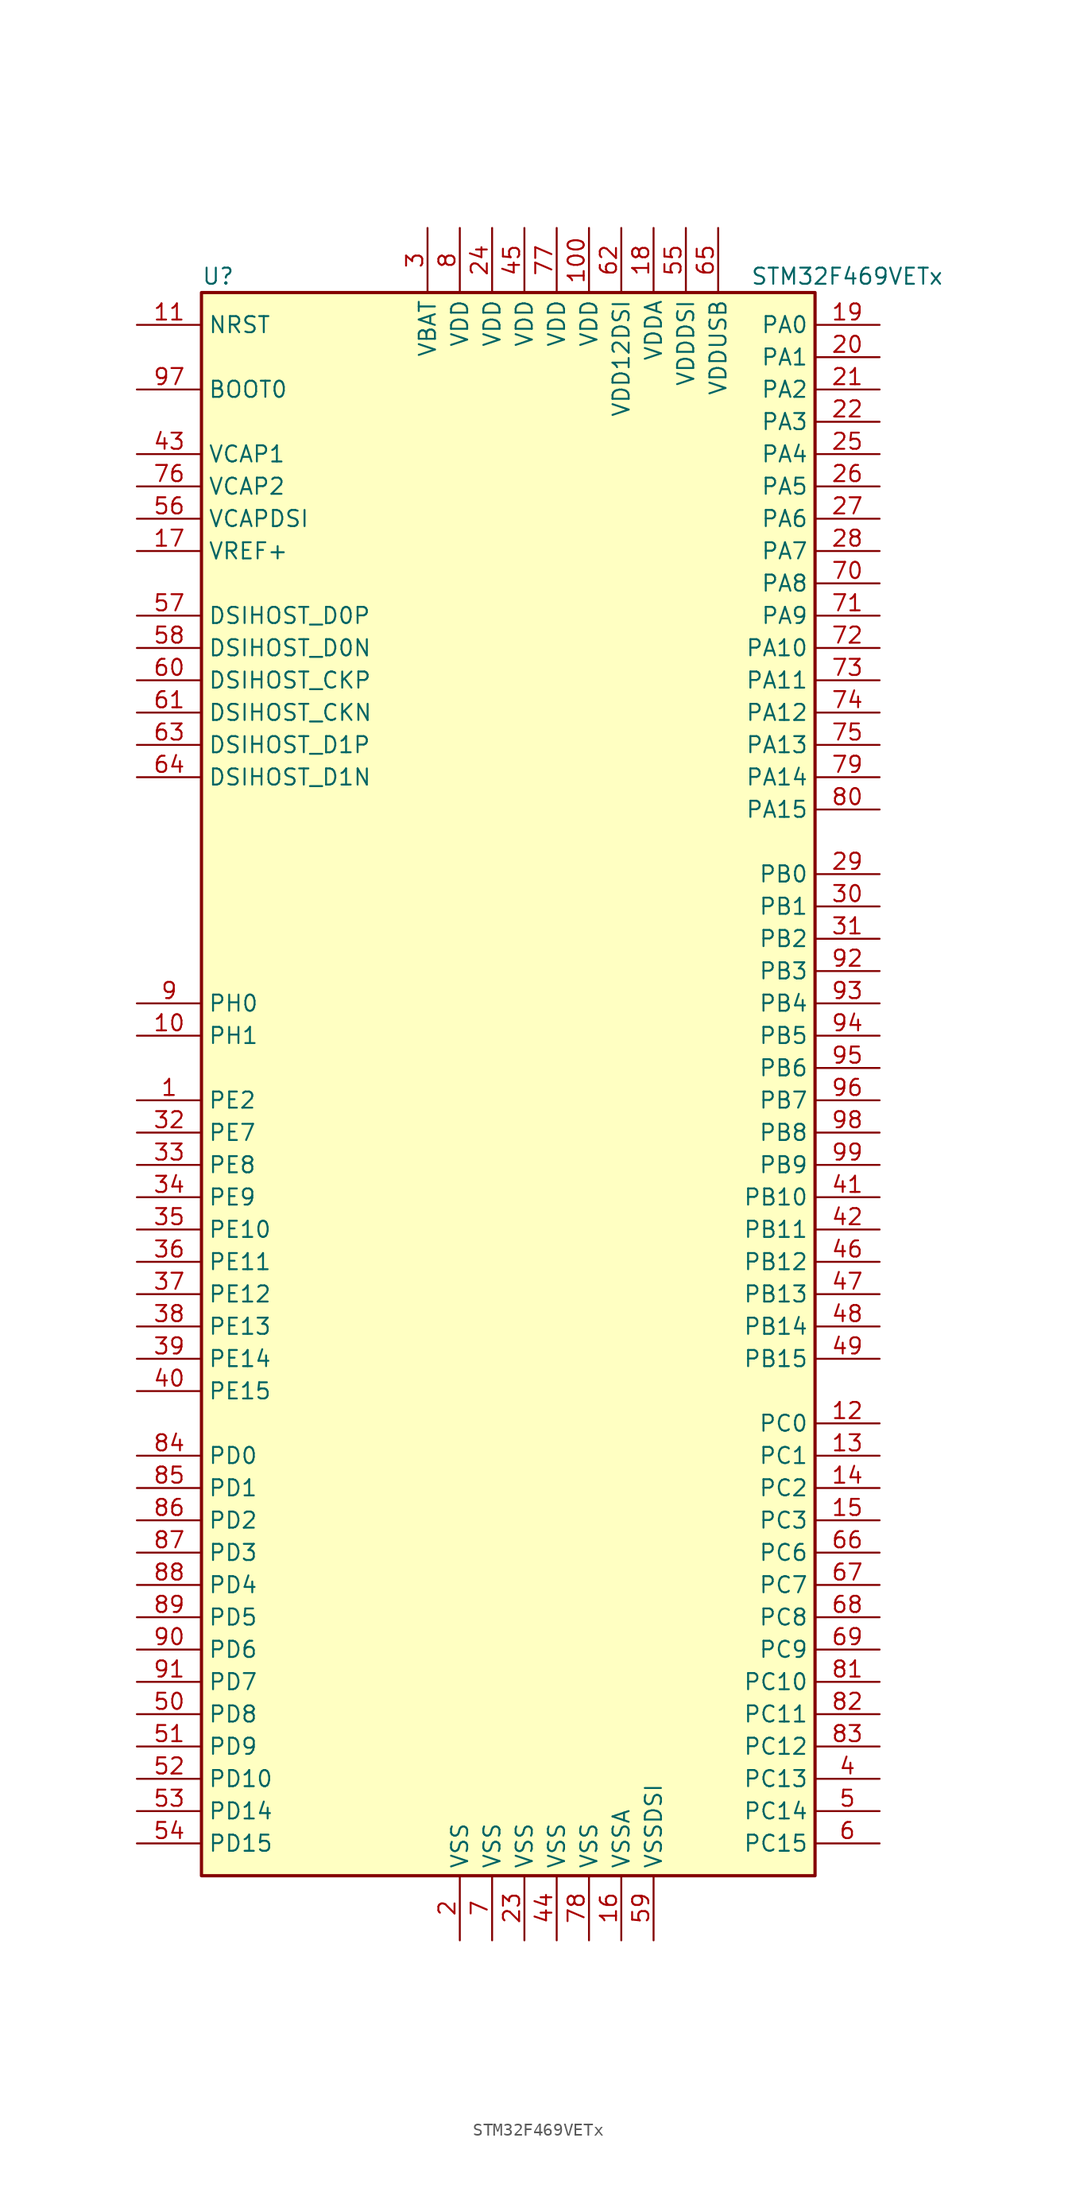
<source format=kicad_sym>
(kicad_symbol_lib
  (version 20201005)
  (generator kicad_symbol_editor)
  (symbol "MCU_ST_STM32F4:STM32F469VETx"
    (property "Reference" "U"
      (at -25.4 62.23 0)
      (effects (font (size 1.27 1.27)) (justify left)))
    (property "Value" "STM32F469VETx"
      (at 17.78 62.23 0)
      (effects (font (size 1.27 1.27)) (justify left)))
    (symbol "STM32F469VETx_0_1"
      (rectangle (start -25.4 -63.5) (end 22.86 60.96) (stroke (width 0.254)) (fill (type background))))
    (symbol "STM32F469VETx_1_1"
      (pin input line (at -30.48 53.34 0) (length 5.08) (name "BOOT0" (effects (font (size 1.27 1.27)))) (number "97" (effects (font (size 1.27 1.27)))))
      (pin bidirectional line (at -30.48 27.94 0) (length 5.08) (name "DSIHOST_CKN" (effects (font (size 1.27 1.27)))) (number "61" (effects (font (size 1.27 1.27)))))
      (pin bidirectional line (at -30.48 30.48 0) (length 5.08) (name "DSIHOST_CKP" (effects (font (size 1.27 1.27)))) (number "60" (effects (font (size 1.27 1.27)))))
      (pin bidirectional line (at -30.48 33.02 0) (length 5.08) (name "DSIHOST_D0N" (effects (font (size 1.27 1.27)))) (number "58" (effects (font (size 1.27 1.27)))))
      (pin bidirectional line (at -30.48 35.56 0) (length 5.08) (name "DSIHOST_D0P" (effects (font (size 1.27 1.27)))) (number "57" (effects (font (size 1.27 1.27)))))
      (pin bidirectional line (at -30.48 22.86 0) (length 5.08) (name "DSIHOST_D1N" (effects (font (size 1.27 1.27)))) (number "64" (effects (font (size 1.27 1.27)))))
      (pin bidirectional line (at -30.48 25.4 0) (length 5.08) (name "DSIHOST_D1P" (effects (font (size 1.27 1.27)))) (number "63" (effects (font (size 1.27 1.27)))))
      (pin input line (at -30.48 58.42 0) (length 5.08) (name "NRST" (effects (font (size 1.27 1.27)))) (number "11" (effects (font (size 1.27 1.27)))))
      (pin bidirectional line (at 27.94 58.42 180) (length 5.08) (name "PA0" (effects (font (size 1.27 1.27)))) (number "19" (effects (font (size 1.27 1.27)))))
      (pin bidirectional line (at 27.94 55.88 180) (length 5.08) (name "PA1" (effects (font (size 1.27 1.27)))) (number "20" (effects (font (size 1.27 1.27)))))
      (pin bidirectional line (at 27.94 33.02 180) (length 5.08) (name "PA10" (effects (font (size 1.27 1.27)))) (number "72" (effects (font (size 1.27 1.27)))))
      (pin bidirectional line (at 27.94 30.48 180) (length 5.08) (name "PA11" (effects (font (size 1.27 1.27)))) (number "73" (effects (font (size 1.27 1.27)))))
      (pin bidirectional line (at 27.94 27.94 180) (length 5.08) (name "PA12" (effects (font (size 1.27 1.27)))) (number "74" (effects (font (size 1.27 1.27)))))
      (pin bidirectional line (at 27.94 25.4 180) (length 5.08) (name "PA13" (effects (font (size 1.27 1.27)))) (number "75" (effects (font (size 1.27 1.27)))))
      (pin bidirectional line (at 27.94 22.86 180) (length 5.08) (name "PA14" (effects (font (size 1.27 1.27)))) (number "79" (effects (font (size 1.27 1.27)))))
      (pin bidirectional line (at 27.94 20.32 180) (length 5.08) (name "PA15" (effects (font (size 1.27 1.27)))) (number "80" (effects (font (size 1.27 1.27)))))
      (pin bidirectional line (at 27.94 53.34 180) (length 5.08) (name "PA2" (effects (font (size 1.27 1.27)))) (number "21" (effects (font (size 1.27 1.27)))))
      (pin bidirectional line (at 27.94 50.8 180) (length 5.08) (name "PA3" (effects (font (size 1.27 1.27)))) (number "22" (effects (font (size 1.27 1.27)))))
      (pin bidirectional line (at 27.94 48.26 180) (length 5.08) (name "PA4" (effects (font (size 1.27 1.27)))) (number "25" (effects (font (size 1.27 1.27)))))
      (pin bidirectional line (at 27.94 45.72 180) (length 5.08) (name "PA5" (effects (font (size 1.27 1.27)))) (number "26" (effects (font (size 1.27 1.27)))))
      (pin bidirectional line (at 27.94 43.18 180) (length 5.08) (name "PA6" (effects (font (size 1.27 1.27)))) (number "27" (effects (font (size 1.27 1.27)))))
      (pin bidirectional line (at 27.94 40.64 180) (length 5.08) (name "PA7" (effects (font (size 1.27 1.27)))) (number "28" (effects (font (size 1.27 1.27)))))
      (pin bidirectional line (at 27.94 38.1 180) (length 5.08) (name "PA8" (effects (font (size 1.27 1.27)))) (number "70" (effects (font (size 1.27 1.27)))))
      (pin bidirectional line (at 27.94 35.56 180) (length 5.08) (name "PA9" (effects (font (size 1.27 1.27)))) (number "71" (effects (font (size 1.27 1.27)))))
      (pin bidirectional line (at 27.94 15.24 180) (length 5.08) (name "PB0" (effects (font (size 1.27 1.27)))) (number "29" (effects (font (size 1.27 1.27)))))
      (pin bidirectional line (at 27.94 12.7 180) (length 5.08) (name "PB1" (effects (font (size 1.27 1.27)))) (number "30" (effects (font (size 1.27 1.27)))))
      (pin bidirectional line (at 27.94 -10.16 180) (length 5.08) (name "PB10" (effects (font (size 1.27 1.27)))) (number "41" (effects (font (size 1.27 1.27)))))
      (pin bidirectional line (at 27.94 -12.7 180) (length 5.08) (name "PB11" (effects (font (size 1.27 1.27)))) (number "42" (effects (font (size 1.27 1.27)))))
      (pin bidirectional line (at 27.94 -15.24 180) (length 5.08) (name "PB12" (effects (font (size 1.27 1.27)))) (number "46" (effects (font (size 1.27 1.27)))))
      (pin bidirectional line (at 27.94 -17.78 180) (length 5.08) (name "PB13" (effects (font (size 1.27 1.27)))) (number "47" (effects (font (size 1.27 1.27)))))
      (pin bidirectional line (at 27.94 -20.32 180) (length 5.08) (name "PB14" (effects (font (size 1.27 1.27)))) (number "48" (effects (font (size 1.27 1.27)))))
      (pin bidirectional line (at 27.94 -22.86 180) (length 5.08) (name "PB15" (effects (font (size 1.27 1.27)))) (number "49" (effects (font (size 1.27 1.27)))))
      (pin bidirectional line (at 27.94 10.16 180) (length 5.08) (name "PB2" (effects (font (size 1.27 1.27)))) (number "31" (effects (font (size 1.27 1.27)))))
      (pin bidirectional line (at 27.94 7.62 180) (length 5.08) (name "PB3" (effects (font (size 1.27 1.27)))) (number "92" (effects (font (size 1.27 1.27)))))
      (pin bidirectional line (at 27.94 5.08 180) (length 5.08) (name "PB4" (effects (font (size 1.27 1.27)))) (number "93" (effects (font (size 1.27 1.27)))))
      (pin bidirectional line (at 27.94 2.54 180) (length 5.08) (name "PB5" (effects (font (size 1.27 1.27)))) (number "94" (effects (font (size 1.27 1.27)))))
      (pin bidirectional line (at 27.94 0 180) (length 5.08) (name "PB6" (effects (font (size 1.27 1.27)))) (number "95" (effects (font (size 1.27 1.27)))))
      (pin bidirectional line (at 27.94 -2.54 180) (length 5.08) (name "PB7" (effects (font (size 1.27 1.27)))) (number "96" (effects (font (size 1.27 1.27)))))
      (pin bidirectional line (at 27.94 -5.08 180) (length 5.08) (name "PB8" (effects (font (size 1.27 1.27)))) (number "98" (effects (font (size 1.27 1.27)))))
      (pin bidirectional line (at 27.94 -7.62 180) (length 5.08) (name "PB9" (effects (font (size 1.27 1.27)))) (number "99" (effects (font (size 1.27 1.27)))))
      (pin bidirectional line (at 27.94 -27.94 180) (length 5.08) (name "PC0" (effects (font (size 1.27 1.27)))) (number "12" (effects (font (size 1.27 1.27)))))
      (pin bidirectional line (at 27.94 -30.48 180) (length 5.08) (name "PC1" (effects (font (size 1.27 1.27)))) (number "13" (effects (font (size 1.27 1.27)))))
      (pin bidirectional line (at 27.94 -48.26 180) (length 5.08) (name "PC10" (effects (font (size 1.27 1.27)))) (number "81" (effects (font (size 1.27 1.27)))))
      (pin bidirectional line (at 27.94 -50.8 180) (length 5.08) (name "PC11" (effects (font (size 1.27 1.27)))) (number "82" (effects (font (size 1.27 1.27)))))
      (pin bidirectional line (at 27.94 -53.34 180) (length 5.08) (name "PC12" (effects (font (size 1.27 1.27)))) (number "83" (effects (font (size 1.27 1.27)))))
      (pin bidirectional line (at 27.94 -55.88 180) (length 5.08) (name "PC13" (effects (font (size 1.27 1.27)))) (number "4" (effects (font (size 1.27 1.27)))))
      (pin bidirectional line (at 27.94 -58.42 180) (length 5.08) (name "PC14" (effects (font (size 1.27 1.27)))) (number "5" (effects (font (size 1.27 1.27)))))
      (pin bidirectional line (at 27.94 -60.96 180) (length 5.08) (name "PC15" (effects (font (size 1.27 1.27)))) (number "6" (effects (font (size 1.27 1.27)))))
      (pin bidirectional line (at 27.94 -33.02 180) (length 5.08) (name "PC2" (effects (font (size 1.27 1.27)))) (number "14" (effects (font (size 1.27 1.27)))))
      (pin bidirectional line (at 27.94 -35.56 180) (length 5.08) (name "PC3" (effects (font (size 1.27 1.27)))) (number "15" (effects (font (size 1.27 1.27)))))
      (pin bidirectional line (at 27.94 -38.1 180) (length 5.08) (name "PC6" (effects (font (size 1.27 1.27)))) (number "66" (effects (font (size 1.27 1.27)))))
      (pin bidirectional line (at 27.94 -40.64 180) (length 5.08) (name "PC7" (effects (font (size 1.27 1.27)))) (number "67" (effects (font (size 1.27 1.27)))))
      (pin bidirectional line (at 27.94 -43.18 180) (length 5.08) (name "PC8" (effects (font (size 1.27 1.27)))) (number "68" (effects (font (size 1.27 1.27)))))
      (pin bidirectional line (at 27.94 -45.72 180) (length 5.08) (name "PC9" (effects (font (size 1.27 1.27)))) (number "69" (effects (font (size 1.27 1.27)))))
      (pin bidirectional line (at -30.48 -30.48 0) (length 5.08) (name "PD0" (effects (font (size 1.27 1.27)))) (number "84" (effects (font (size 1.27 1.27)))))
      (pin bidirectional line (at -30.48 -33.02 0) (length 5.08) (name "PD1" (effects (font (size 1.27 1.27)))) (number "85" (effects (font (size 1.27 1.27)))))
      (pin bidirectional line (at -30.48 -55.88 0) (length 5.08) (name "PD10" (effects (font (size 1.27 1.27)))) (number "52" (effects (font (size 1.27 1.27)))))
      (pin bidirectional line (at -30.48 -58.42 0) (length 5.08) (name "PD14" (effects (font (size 1.27 1.27)))) (number "53" (effects (font (size 1.27 1.27)))))
      (pin bidirectional line (at -30.48 -60.96 0) (length 5.08) (name "PD15" (effects (font (size 1.27 1.27)))) (number "54" (effects (font (size 1.27 1.27)))))
      (pin bidirectional line (at -30.48 -35.56 0) (length 5.08) (name "PD2" (effects (font (size 1.27 1.27)))) (number "86" (effects (font (size 1.27 1.27)))))
      (pin bidirectional line (at -30.48 -38.1 0) (length 5.08) (name "PD3" (effects (font (size 1.27 1.27)))) (number "87" (effects (font (size 1.27 1.27)))))
      (pin bidirectional line (at -30.48 -40.64 0) (length 5.08) (name "PD4" (effects (font (size 1.27 1.27)))) (number "88" (effects (font (size 1.27 1.27)))))
      (pin bidirectional line (at -30.48 -43.18 0) (length 5.08) (name "PD5" (effects (font (size 1.27 1.27)))) (number "89" (effects (font (size 1.27 1.27)))))
      (pin bidirectional line (at -30.48 -45.72 0) (length 5.08) (name "PD6" (effects (font (size 1.27 1.27)))) (number "90" (effects (font (size 1.27 1.27)))))
      (pin bidirectional line (at -30.48 -48.26 0) (length 5.08) (name "PD7" (effects (font (size 1.27 1.27)))) (number "91" (effects (font (size 1.27 1.27)))))
      (pin bidirectional line (at -30.48 -50.8 0) (length 5.08) (name "PD8" (effects (font (size 1.27 1.27)))) (number "50" (effects (font (size 1.27 1.27)))))
      (pin bidirectional line (at -30.48 -53.34 0) (length 5.08) (name "PD9" (effects (font (size 1.27 1.27)))) (number "51" (effects (font (size 1.27 1.27)))))
      (pin bidirectional line (at -30.48 -12.7 0) (length 5.08) (name "PE10" (effects (font (size 1.27 1.27)))) (number "35" (effects (font (size 1.27 1.27)))))
      (pin bidirectional line (at -30.48 -15.24 0) (length 5.08) (name "PE11" (effects (font (size 1.27 1.27)))) (number "36" (effects (font (size 1.27 1.27)))))
      (pin bidirectional line (at -30.48 -17.78 0) (length 5.08) (name "PE12" (effects (font (size 1.27 1.27)))) (number "37" (effects (font (size 1.27 1.27)))))
      (pin bidirectional line (at -30.48 -20.32 0) (length 5.08) (name "PE13" (effects (font (size 1.27 1.27)))) (number "38" (effects (font (size 1.27 1.27)))))
      (pin bidirectional line (at -30.48 -22.86 0) (length 5.08) (name "PE14" (effects (font (size 1.27 1.27)))) (number "39" (effects (font (size 1.27 1.27)))))
      (pin bidirectional line (at -30.48 -25.4 0) (length 5.08) (name "PE15" (effects (font (size 1.27 1.27)))) (number "40" (effects (font (size 1.27 1.27)))))
      (pin bidirectional line (at -30.48 -2.54 0) (length 5.08) (name "PE2" (effects (font (size 1.27 1.27)))) (number "1" (effects (font (size 1.27 1.27)))))
      (pin bidirectional line (at -30.48 -5.08 0) (length 5.08) (name "PE7" (effects (font (size 1.27 1.27)))) (number "32" (effects (font (size 1.27 1.27)))))
      (pin bidirectional line (at -30.48 -7.62 0) (length 5.08) (name "PE8" (effects (font (size 1.27 1.27)))) (number "33" (effects (font (size 1.27 1.27)))))
      (pin bidirectional line (at -30.48 -10.16 0) (length 5.08) (name "PE9" (effects (font (size 1.27 1.27)))) (number "34" (effects (font (size 1.27 1.27)))))
      (pin input line (at -30.48 5.08 0) (length 5.08) (name "PH0" (effects (font (size 1.27 1.27)))) (number "9" (effects (font (size 1.27 1.27)))))
      (pin input line (at -30.48 2.54 0) (length 5.08) (name "PH1" (effects (font (size 1.27 1.27)))) (number "10" (effects (font (size 1.27 1.27)))))
      (pin power_in line (at -7.62 66.04 270) (length 5.08) (name "VBAT" (effects (font (size 1.27 1.27)))) (number "3" (effects (font (size 1.27 1.27)))))
      (pin power_in line (at -30.48 48.26 0) (length 5.08) (name "VCAP1" (effects (font (size 1.27 1.27)))) (number "43" (effects (font (size 1.27 1.27)))))
      (pin power_in line (at -30.48 45.72 0) (length 5.08) (name "VCAP2" (effects (font (size 1.27 1.27)))) (number "76" (effects (font (size 1.27 1.27)))))
      (pin power_in line (at -30.48 43.18 0) (length 5.08) (name "VCAPDSI" (effects (font (size 1.27 1.27)))) (number "56" (effects (font (size 1.27 1.27)))))
      (pin power_in line (at 5.08 66.04 270) (length 5.08) (name "VDD" (effects (font (size 1.27 1.27)))) (number "100" (effects (font (size 1.27 1.27)))))
      (pin power_in line (at -2.54 66.04 270) (length 5.08) (name "VDD" (effects (font (size 1.27 1.27)))) (number "24" (effects (font (size 1.27 1.27)))))
      (pin power_in line (at 0 66.04 270) (length 5.08) (name "VDD" (effects (font (size 1.27 1.27)))) (number "45" (effects (font (size 1.27 1.27)))))
      (pin power_in line (at 2.54 66.04 270) (length 5.08) (name "VDD" (effects (font (size 1.27 1.27)))) (number "77" (effects (font (size 1.27 1.27)))))
      (pin power_in line (at -5.08 66.04 270) (length 5.08) (name "VDD" (effects (font (size 1.27 1.27)))) (number "8" (effects (font (size 1.27 1.27)))))
      (pin power_in line (at 7.62 66.04 270) (length 5.08) (name "VDD12DSI" (effects (font (size 1.27 1.27)))) (number "62" (effects (font (size 1.27 1.27)))))
      (pin power_in line (at 10.16 66.04 270) (length 5.08) (name "VDDA" (effects (font (size 1.27 1.27)))) (number "18" (effects (font (size 1.27 1.27)))))
      (pin power_in line (at 12.7 66.04 270) (length 5.08) (name "VDDDSI" (effects (font (size 1.27 1.27)))) (number "55" (effects (font (size 1.27 1.27)))))
      (pin power_in line (at 15.24 66.04 270) (length 5.08) (name "VDDUSB" (effects (font (size 1.27 1.27)))) (number "65" (effects (font (size 1.27 1.27)))))
      (pin power_in line (at -30.48 40.64 0) (length 5.08) (name "VREF+" (effects (font (size 1.27 1.27)))) (number "17" (effects (font (size 1.27 1.27)))))
      (pin power_in line (at -5.08 -68.58 90) (length 5.08) (name "VSS" (effects (font (size 1.27 1.27)))) (number "2" (effects (font (size 1.27 1.27)))))
      (pin power_in line (at 0 -68.58 90) (length 5.08) (name "VSS" (effects (font (size 1.27 1.27)))) (number "23" (effects (font (size 1.27 1.27)))))
      (pin power_in line (at 2.54 -68.58 90) (length 5.08) (name "VSS" (effects (font (size 1.27 1.27)))) (number "44" (effects (font (size 1.27 1.27)))))
      (pin power_in line (at -2.54 -68.58 90) (length 5.08) (name "VSS" (effects (font (size 1.27 1.27)))) (number "7" (effects (font (size 1.27 1.27)))))
      (pin power_in line (at 5.08 -68.58 90) (length 5.08) (name "VSS" (effects (font (size 1.27 1.27)))) (number "78" (effects (font (size 1.27 1.27)))))
      (pin power_in line (at 7.62 -68.58 90) (length 5.08) (name "VSSA" (effects (font (size 1.27 1.27)))) (number "16" (effects (font (size 1.27 1.27)))))
      (pin power_in line (at 10.16 -68.58 90) (length 5.08) (name "VSSDSI" (effects (font (size 1.27 1.27)))) (number "59" (effects (font (size 1.27 1.27))))))))
</source>
